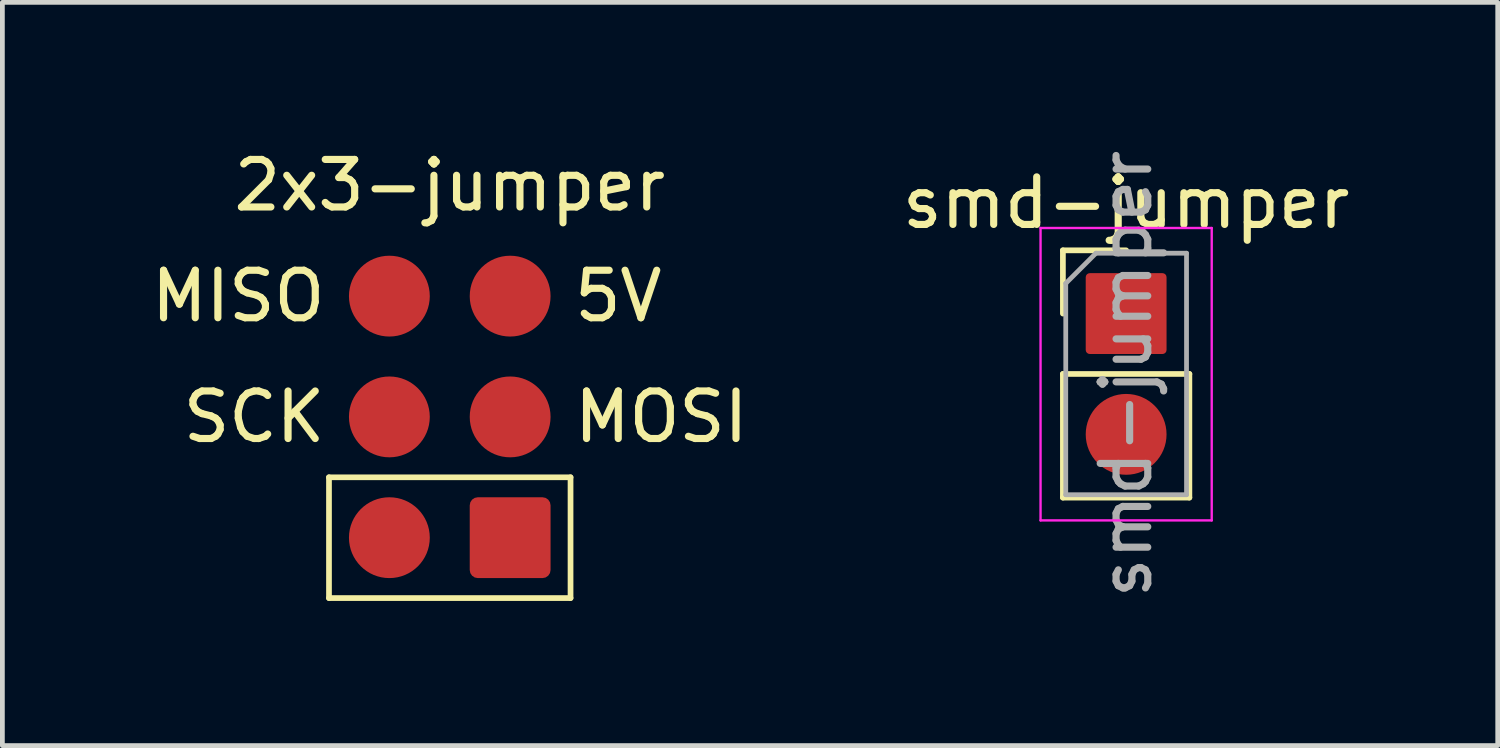
<source format=kicad_pcb>
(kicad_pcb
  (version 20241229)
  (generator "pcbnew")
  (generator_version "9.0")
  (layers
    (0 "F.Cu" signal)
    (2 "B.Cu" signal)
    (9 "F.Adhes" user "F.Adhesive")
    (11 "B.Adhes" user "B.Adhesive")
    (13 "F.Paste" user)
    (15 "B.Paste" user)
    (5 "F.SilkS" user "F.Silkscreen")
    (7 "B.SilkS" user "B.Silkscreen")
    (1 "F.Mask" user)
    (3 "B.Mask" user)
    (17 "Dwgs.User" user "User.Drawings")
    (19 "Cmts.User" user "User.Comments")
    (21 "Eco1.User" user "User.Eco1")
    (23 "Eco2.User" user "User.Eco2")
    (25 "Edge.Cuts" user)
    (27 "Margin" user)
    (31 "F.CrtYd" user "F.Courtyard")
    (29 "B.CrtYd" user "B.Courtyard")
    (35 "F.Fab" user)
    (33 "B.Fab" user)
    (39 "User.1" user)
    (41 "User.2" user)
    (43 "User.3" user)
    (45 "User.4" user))
  (footprint "2x3-jumper"
    (layer "F.Cu")
    (at 6.409 5.718)
    (property "Reference" "2x3-jumper" (at 0 -4.87 0) (layer "F.SilkS") (effects (font (size 1 1) (thickness 0.15))))
    (attr through_hole)
    (fp_line (start -2.54 1.27) (end -2.54 3.81) (stroke (width 0.12) (type solid)) (layer "F.SilkS"))
    (fp_line (start -2.54 1.27) (end 2.54 1.27) (stroke (width 0.12) (type solid)) (layer "F.SilkS"))
    (fp_line (start -2.54 3.81) (end 2.54 3.81) (stroke (width 0.12) (type solid)) (layer "F.SilkS"))
    (fp_line (start 2.54 3.81) (end 2.54 1.27) (stroke (width 0.12) (type solid)) (layer "F.SilkS"))
    (fp_text user "SCK" (at -2.54 0 0) (layer "F.SilkS") (effects (font (size 1 1) (thickness 0.15)) (justify right)))
    (fp_text user "MISO" (at -2.54 -2.54 0) (layer "F.SilkS") (effects (font (size 1 1) (thickness 0.15)) (justify right)))
    (fp_text user "5V" (at 2.54 -2.54 0) (layer "F.SilkS") (effects (font (size 1 1) (thickness 0.15)) (justify left)))
    (fp_text user "MOSI" (at 2.54 0 0) (layer "F.SilkS") (effects (font (size 1 1) (thickness 0.15)) (justify left)))
    (pad "1" smd circle (at -1.27 -2.54) (size 1.7 1.7) (layers "F.Cu" "F.Mask" "F.Paste"))
    (pad "2" smd oval (at 1.27 -2.54) (size 1.7 1.7) (layers "F.Cu" "F.Mask" "F.Paste"))
    (pad "3" smd oval (at -1.27 0) (size 1.7 1.7) (layers "F.Cu" "F.Mask" "F.Paste"))
    (pad "4" smd oval (at 1.27 0) (size 1.7 1.7) (layers "F.Cu" "F.Mask" "F.Paste"))
    (pad "5" smd oval (at -1.27 2.54) (size 1.7 1.7) (layers "F.Cu" "F.Mask" "F.Paste"))
    (pad "6" smd roundrect (at 1.27 2.54) (size 1.7 1.7) (layers "F.Cu" "F.Mask" "F.Paste") (roundrect_rratio 0.1)))
  (footprint "smd-jumper"
    (layer "F.Cu")
    (at 20.634 3.545)
    (property "Reference" "smd-jumper" (at 0 -2.33 0) (layer "F.SilkS") (effects (font (size 1 1) (thickness 0.15))))
    (attr through_hole)
    (fp_line (start -1.33 -1.33) (end 0 -1.33) (stroke (width 0.12) (type solid)) (layer "F.SilkS"))
    (fp_line (start -1.33 0) (end -1.33 -1.33) (stroke (width 0.12) (type solid)) (layer "F.SilkS"))
    (fp_line (start -1.33 1.27) (end -1.33 3.87) (stroke (width 0.12) (type solid)) (layer "F.SilkS"))
    (fp_line (start -1.33 1.27) (end 1.33 1.27) (stroke (width 0.12) (type solid)) (layer "F.SilkS"))
    (fp_line (start -1.33 3.87) (end 1.33 3.87) (stroke (width 0.12) (type solid)) (layer "F.SilkS"))
    (fp_line (start 1.33 1.27) (end 1.33 3.87) (stroke (width 0.12) (type solid)) (layer "F.SilkS"))
    (fp_line (start -1.8 -1.8) (end -1.8 4.35) (stroke (width 0.05) (type solid)) (layer "F.CrtYd"))
    (fp_line (start -1.8 4.35) (end 1.8 4.35) (stroke (width 0.05) (type solid)) (layer "F.CrtYd"))
    (fp_line (start 1.8 -1.8) (end -1.8 -1.8) (stroke (width 0.05) (type solid)) (layer "F.CrtYd"))
    (fp_line (start 1.8 4.35) (end 1.8 -1.8) (stroke (width 0.05) (type solid)) (layer "F.CrtYd"))
    (fp_line (start -1.27 -0.635) (end -0.635 -1.27) (stroke (width 0.1) (type solid)) (layer "F.Fab"))
    (fp_line (start -1.27 3.81) (end -1.27 -0.635) (stroke (width 0.1) (type solid)) (layer "F.Fab"))
    (fp_line (start -0.635 -1.27) (end 1.27 -1.27) (stroke (width 0.1) (type solid)) (layer "F.Fab"))
    (fp_line (start 1.27 -1.27) (end 1.27 3.81) (stroke (width 0.1) (type solid)) (layer "F.Fab"))
    (fp_line (start 1.27 3.81) (end -1.27 3.81) (stroke (width 0.1) (type solid)) (layer "F.Fab"))
    (fp_text user "${REFERENCE}" (at 0 1.27 90) (layer "F.Fab") (effects (font (size 1 1) (thickness 0.15))))
    (pad "1" smd roundrect (at 0 0) (size 1.7 1.7) (layers "F.Cu" "F.Mask" "F.Paste") (roundrect_rratio 0.05))
    (pad "2" smd oval (at 0 2.54) (size 1.7 1.7) (layers "F.Cu" "F.Mask" "F.Paste")))
  (gr_rect
    (start -3 -3)
    (end 28.449 12.631)
    (stroke (width 0.1) (type default))
    (fill no)
    (layer "Edge.Cuts")))
</source>
